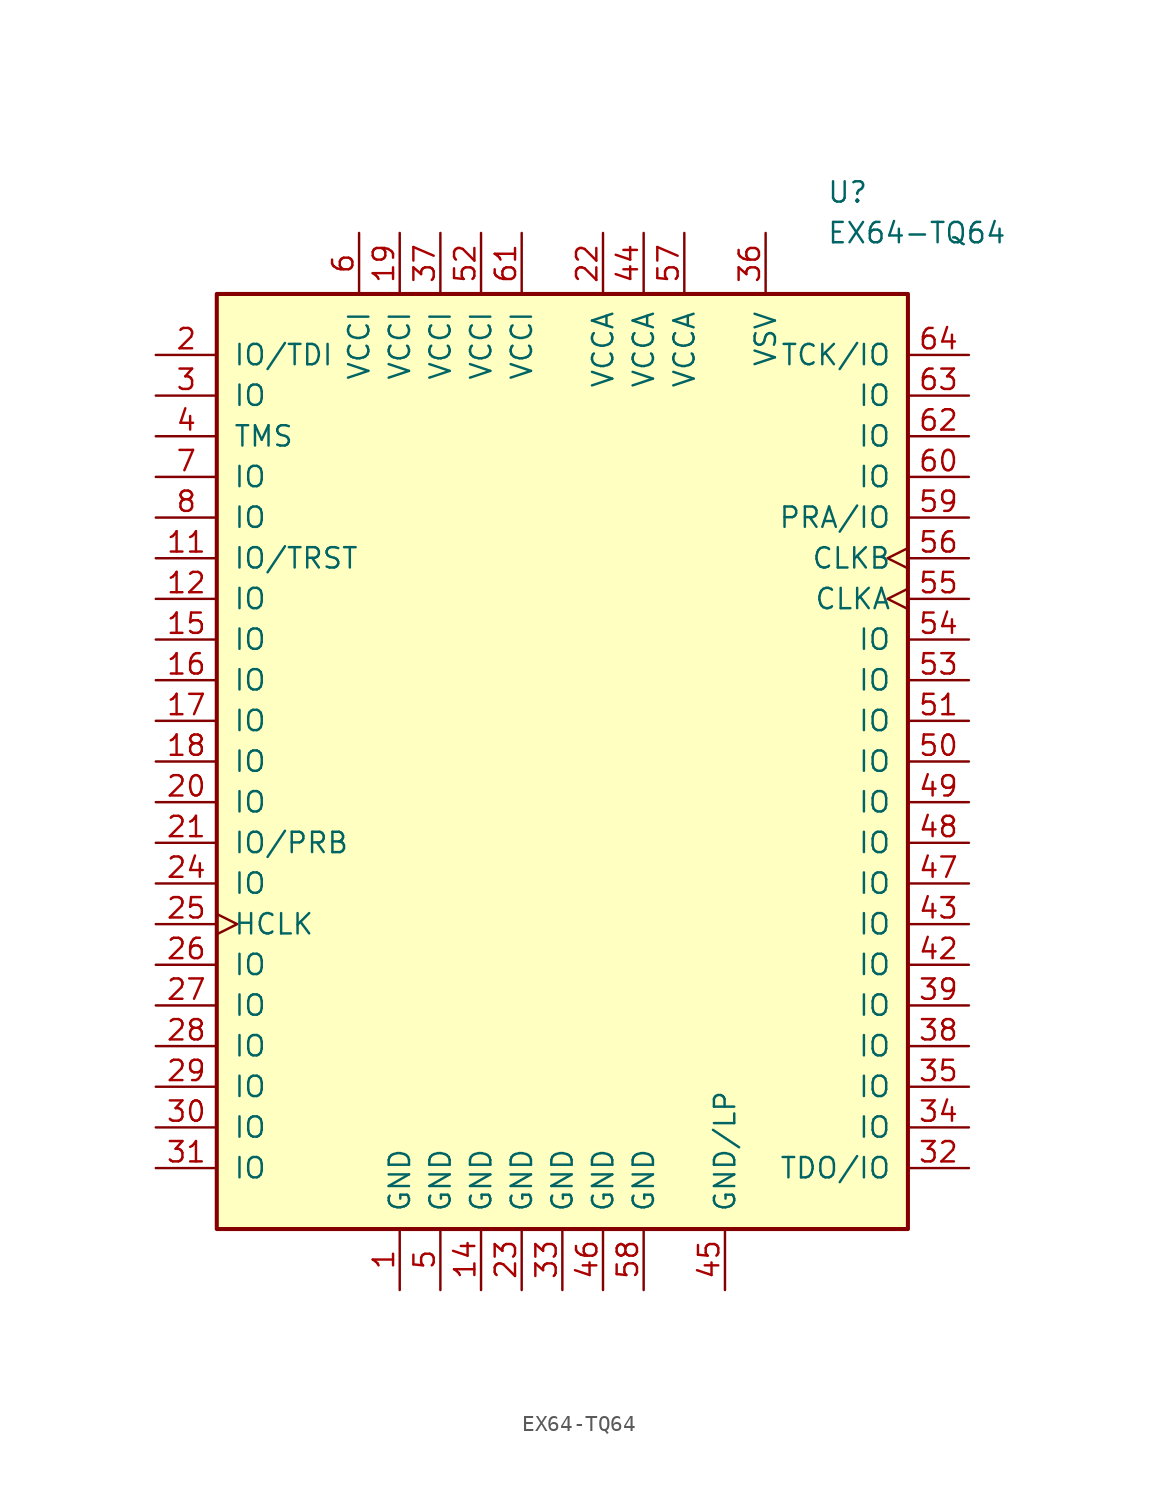
<source format=kicad_sym>
(kicad_symbol_lib
  (version 20241209)
  (generator "kicad_symbol_editor")
  (generator_version "9.0")
  (symbol "EX64-TQ64"
    (pin_names
      (offset 1.016))
    (property "Reference" "U"
      (at 16.51 35.56 0)
      (effects (font (size 1.27 1.27)) (justify left)))
    (property "Value" "EX64-TQ64"
      (at 16.51 33.02 0)
      (effects (font (size 1.27 1.27)) (justify left)))
    (symbol "EX64-TQ64_0_1"
      (rectangle (start -21.59 29.21) (end 21.59 -29.21) (stroke (width 0.254) (type default)) (fill (type background))))
    (symbol "EX64-TQ64_1_1"
      (pin bidirectional line (at -25.4 25.4 0) (length 3.81) (name "IO/TDI" (effects (font (size 1.27 1.27)))) (number "2" (effects (font (size 1.27 1.27)))))
      (pin bidirectional line (at -25.4 22.86 0) (length 3.81) (name "IO" (effects (font (size 1.27 1.27)))) (number "3" (effects (font (size 1.27 1.27)))))
      (pin input line (at -25.4 20.32 0) (length 3.81) (name "TMS" (effects (font (size 1.27 1.27)))) (number "4" (effects (font (size 1.27 1.27)))))
      (pin bidirectional line (at -25.4 17.78 0) (length 3.81) (name "IO" (effects (font (size 1.27 1.27)))) (number "7" (effects (font (size 1.27 1.27)))))
      (pin bidirectional line (at -25.4 15.24 0) (length 3.81) (name "IO" (effects (font (size 1.27 1.27)))) (number "8" (effects (font (size 1.27 1.27)))))
      (pin bidirectional line (at -25.4 12.7 0) (length 3.81) (name "IO/TRST" (effects (font (size 1.27 1.27)))) (number "11" (effects (font (size 1.27 1.27)))))
      (pin bidirectional line (at -25.4 10.16 0) (length 3.81) (name "IO" (effects (font (size 1.27 1.27)))) (number "12" (effects (font (size 1.27 1.27)))))
      (pin bidirectional line (at -25.4 7.62 0) (length 3.81) (name "IO" (effects (font (size 1.27 1.27)))) (number "15" (effects (font (size 1.27 1.27)))))
      (pin bidirectional line (at -25.4 5.08 0) (length 3.81) (name "IO" (effects (font (size 1.27 1.27)))) (number "16" (effects (font (size 1.27 1.27)))))
      (pin bidirectional line (at -25.4 2.54 0) (length 3.81) (name "IO" (effects (font (size 1.27 1.27)))) (number "17" (effects (font (size 1.27 1.27)))))
      (pin bidirectional line (at -25.4 0 0) (length 3.81) (name "IO" (effects (font (size 1.27 1.27)))) (number "18" (effects (font (size 1.27 1.27)))))
      (pin bidirectional line (at -25.4 -2.54 0) (length 3.81) (name "IO" (effects (font (size 1.27 1.27)))) (number "20" (effects (font (size 1.27 1.27)))))
      (pin bidirectional line (at -25.4 -5.08 0) (length 3.81) (name "IO/PRB" (effects (font (size 1.27 1.27)))) (number "21" (effects (font (size 1.27 1.27)))))
      (pin bidirectional line (at -25.4 -7.62 0) (length 3.81) (name "IO" (effects (font (size 1.27 1.27)))) (number "24" (effects (font (size 1.27 1.27)))))
      (pin input clock (at -25.4 -10.16 0) (length 3.81) (name "HCLK" (effects (font (size 1.27 1.27)))) (number "25" (effects (font (size 1.27 1.27)))))
      (pin bidirectional line (at -25.4 -12.7 0) (length 3.81) (name "IO" (effects (font (size 1.27 1.27)))) (number "26" (effects (font (size 1.27 1.27)))))
      (pin bidirectional line (at -25.4 -15.24 0) (length 3.81) (name "IO" (effects (font (size 1.27 1.27)))) (number "27" (effects (font (size 1.27 1.27)))))
      (pin bidirectional line (at -25.4 -17.78 0) (length 3.81) (name "IO" (effects (font (size 1.27 1.27)))) (number "28" (effects (font (size 1.27 1.27)))))
      (pin bidirectional line (at -25.4 -20.32 0) (length 3.81) (name "IO" (effects (font (size 1.27 1.27)))) (number "29" (effects (font (size 1.27 1.27)))))
      (pin bidirectional line (at -25.4 -22.86 0) (length 3.81) (name "IO" (effects (font (size 1.27 1.27)))) (number "30" (effects (font (size 1.27 1.27)))))
      (pin bidirectional line (at -25.4 -25.4 0) (length 3.81) (name "IO" (effects (font (size 1.27 1.27)))) (number "31" (effects (font (size 1.27 1.27)))))
      (pin power_in line (at -12.7 33.02 270) (length 3.81) (name "VCCI" (effects (font (size 1.27 1.27)))) (number "6" (effects (font (size 1.27 1.27)))))
      (pin power_in line (at -10.16 33.02 270) (length 3.81) (name "VCCI" (effects (font (size 1.27 1.27)))) (number "19" (effects (font (size 1.27 1.27)))))
      (pin power_out line (at -10.16 -33.02 90) (length 3.81) (name "GND" (effects (font (size 1.27 1.27)))) (number "1" (effects (font (size 1.27 1.27)))))
      (pin power_in line (at -7.62 33.02 270) (length 3.81) (name "VCCI" (effects (font (size 1.27 1.27)))) (number "37" (effects (font (size 1.27 1.27)))))
      (pin power_out line (at -7.62 -33.02 90) (length 3.81) (name "GND" (effects (font (size 1.27 1.27)))) (number "5" (effects (font (size 1.27 1.27)))))
      (pin power_in line (at -5.08 33.02 270) (length 3.81) (name "VCCI" (effects (font (size 1.27 1.27)))) (number "52" (effects (font (size 1.27 1.27)))))
      (pin power_out line (at -5.08 -33.02 90) (length 3.81) (name "GND" (effects (font (size 1.27 1.27)))) (number "14" (effects (font (size 1.27 1.27)))))
      (pin power_in line (at -2.54 33.02 270) (length 3.81) (name "VCCI" (effects (font (size 1.27 1.27)))) (number "61" (effects (font (size 1.27 1.27)))))
      (pin power_out line (at -2.54 -33.02 90) (length 3.81) (name "GND" (effects (font (size 1.27 1.27)))) (number "23" (effects (font (size 1.27 1.27)))))
      (pin power_out line (at 0 -33.02 90) (length 3.81) (name "GND" (effects (font (size 1.27 1.27)))) (number "33" (effects (font (size 1.27 1.27)))))
      (pin power_in line (at 2.54 33.02 270) (length 3.81) (name "VCCA" (effects (font (size 1.27 1.27)))) (number "22" (effects (font (size 1.27 1.27)))))
      (pin power_out line (at 2.54 -33.02 90) (length 3.81) (name "GND" (effects (font (size 1.27 1.27)))) (number "46" (effects (font (size 1.27 1.27)))))
      (pin power_in line (at 5.08 33.02 270) (length 3.81) (name "VCCA" (effects (font (size 1.27 1.27)))) (number "44" (effects (font (size 1.27 1.27)))))
      (pin power_out line (at 5.08 -33.02 90) (length 3.81) (name "GND" (effects (font (size 1.27 1.27)))) (number "58" (effects (font (size 1.27 1.27)))))
      (pin power_in line (at 7.62 33.02 270) (length 3.81) (name "VCCA" (effects (font (size 1.27 1.27)))) (number "57" (effects (font (size 1.27 1.27)))))
      (pin power_out line (at 10.16 -33.02 90) (length 3.81) (name "GND/LP" (effects (font (size 1.27 1.27)))) (number "45" (effects (font (size 1.27 1.27)))))
      (pin power_in line (at 12.7 33.02 270) (length 3.81) (name "VSV" (effects (font (size 1.27 1.27)))) (number "36" (effects (font (size 1.27 1.27)))))
      (pin bidirectional line (at 25.4 25.4 180) (length 3.81) (name "TCK/IO" (effects (font (size 1.27 1.27)))) (number "64" (effects (font (size 1.27 1.27)))))
      (pin bidirectional line (at 25.4 22.86 180) (length 3.81) (name "IO" (effects (font (size 1.27 1.27)))) (number "63" (effects (font (size 1.27 1.27)))))
      (pin bidirectional line (at 25.4 20.32 180) (length 3.81) (name "IO" (effects (font (size 1.27 1.27)))) (number "62" (effects (font (size 1.27 1.27)))))
      (pin bidirectional line (at 25.4 17.78 180) (length 3.81) (name "IO" (effects (font (size 1.27 1.27)))) (number "60" (effects (font (size 1.27 1.27)))))
      (pin bidirectional line (at 25.4 15.24 180) (length 3.81) (name "PRA/IO" (effects (font (size 1.27 1.27)))) (number "59" (effects (font (size 1.27 1.27)))))
      (pin input clock (at 25.4 12.7 180) (length 3.81) (name "CLKB" (effects (font (size 1.27 1.27)))) (number "56" (effects (font (size 1.27 1.27)))))
      (pin input clock (at 25.4 10.16 180) (length 3.81) (name "CLKA" (effects (font (size 1.27 1.27)))) (number "55" (effects (font (size 1.27 1.27)))))
      (pin bidirectional line (at 25.4 7.62 180) (length 3.81) (name "IO" (effects (font (size 1.27 1.27)))) (number "54" (effects (font (size 1.27 1.27)))))
      (pin bidirectional line (at 25.4 5.08 180) (length 3.81) (name "IO" (effects (font (size 1.27 1.27)))) (number "53" (effects (font (size 1.27 1.27)))))
      (pin bidirectional line (at 25.4 2.54 180) (length 3.81) (name "IO" (effects (font (size 1.27 1.27)))) (number "51" (effects (font (size 1.27 1.27)))))
      (pin bidirectional line (at 25.4 0 180) (length 3.81) (name "IO" (effects (font (size 1.27 1.27)))) (number "50" (effects (font (size 1.27 1.27)))))
      (pin bidirectional line (at 25.4 -2.54 180) (length 3.81) (name "IO" (effects (font (size 1.27 1.27)))) (number "49" (effects (font (size 1.27 1.27)))))
      (pin bidirectional line (at 25.4 -5.08 180) (length 3.81) (name "IO" (effects (font (size 1.27 1.27)))) (number "48" (effects (font (size 1.27 1.27)))))
      (pin bidirectional line (at 25.4 -7.62 180) (length 3.81) (name "IO" (effects (font (size 1.27 1.27)))) (number "47" (effects (font (size 1.27 1.27)))))
      (pin bidirectional line (at 25.4 -10.16 180) (length 3.81) (name "IO" (effects (font (size 1.27 1.27)))) (number "43" (effects (font (size 1.27 1.27)))))
      (pin bidirectional line (at 25.4 -12.7 180) (length 3.81) (name "IO" (effects (font (size 1.27 1.27)))) (number "42" (effects (font (size 1.27 1.27)))))
      (pin bidirectional line (at 25.4 -15.24 180) (length 3.81) (name "IO" (effects (font (size 1.27 1.27)))) (number "39" (effects (font (size 1.27 1.27)))))
      (pin bidirectional line (at 25.4 -17.78 180) (length 3.81) (name "IO" (effects (font (size 1.27 1.27)))) (number "38" (effects (font (size 1.27 1.27)))))
      (pin bidirectional line (at 25.4 -20.32 180) (length 3.81) (name "IO" (effects (font (size 1.27 1.27)))) (number "35" (effects (font (size 1.27 1.27)))))
      (pin bidirectional line (at 25.4 -22.86 180) (length 3.81) (name "IO" (effects (font (size 1.27 1.27)))) (number "34" (effects (font (size 1.27 1.27)))))
      (pin bidirectional line (at 25.4 -25.4 180) (length 3.81) (name "TDO/IO" (effects (font (size 1.27 1.27)))) (number "32" (effects (font (size 1.27 1.27))))))))
</source>
